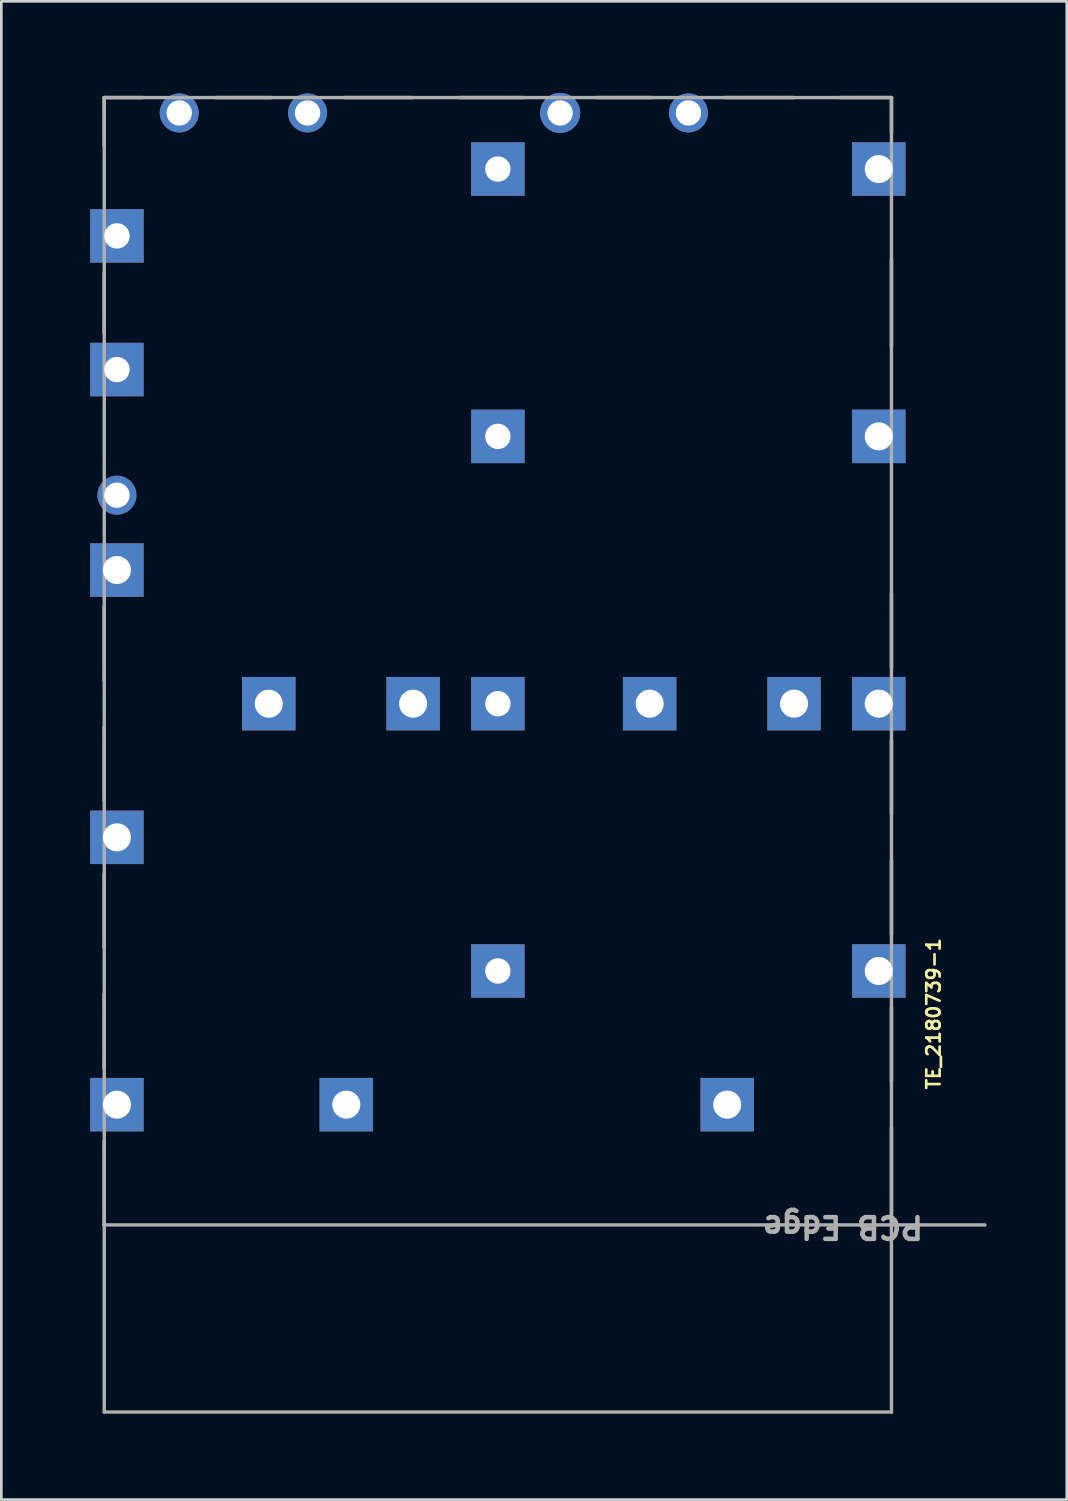
<source format=kicad_pcb>
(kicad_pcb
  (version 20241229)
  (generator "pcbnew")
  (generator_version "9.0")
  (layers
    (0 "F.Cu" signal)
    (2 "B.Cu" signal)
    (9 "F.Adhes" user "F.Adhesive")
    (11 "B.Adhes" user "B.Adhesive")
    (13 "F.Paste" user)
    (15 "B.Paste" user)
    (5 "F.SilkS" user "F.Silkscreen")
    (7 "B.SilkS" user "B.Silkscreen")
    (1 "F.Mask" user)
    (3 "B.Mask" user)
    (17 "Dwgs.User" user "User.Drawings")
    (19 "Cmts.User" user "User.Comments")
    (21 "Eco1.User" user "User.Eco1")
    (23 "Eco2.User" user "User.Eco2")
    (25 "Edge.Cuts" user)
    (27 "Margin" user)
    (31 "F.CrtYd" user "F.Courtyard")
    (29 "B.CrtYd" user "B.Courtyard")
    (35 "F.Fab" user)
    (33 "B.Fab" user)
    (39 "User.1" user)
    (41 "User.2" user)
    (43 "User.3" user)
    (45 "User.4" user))
  (footprint "TE_2180739-1"
    (layer "F.Cu")
    (at 15.575 7.375)
    (property "Reference" "TE_2180739-1" (at 16.3 27.5 90) (unlocked yes) (layer "F.SilkS") (effects (font (size 0.5 0.5) (thickness 0.1))))
    (fp_poly (pts (xy -1.1 13.8) (xy -13.15 13.8) (xy -13.15 11.8) (xy -1.1 11.8)) (stroke (width 0) (type default)) (fill yes) (layer "F.Mask"))
    (fp_poly (pts (xy 13.15 13.8) (xy 1.1 13.8) (xy 1.1 11.8) (xy 13.15 11.8)) (stroke (width 0) (type default)) (fill yes) (layer "F.Mask"))
    (fp_line (start -14.725 -6.775) (end -14.725 -4.97) (stroke (width 0.127) (type solid)) (layer "F.SilkS"))
    (fp_line (start -14.725 2.03) (end -14.725 -0.23) (stroke (width 0.127) (type solid)) (layer "F.SilkS"))
    (fp_line (start -14.725 15.03) (end -14.725 12.27) (stroke (width 0.127) (type solid)) (layer "F.SilkS"))
    (fp_line (start -14.725 16.77) (end -14.725 19.53) (stroke (width 0.127) (type solid)) (layer "F.SilkS"))
    (fp_line (start -14.725 25.03) (end -14.725 22.27) (stroke (width 0.127) (type solid)) (layer "F.SilkS"))
    (fp_line (start -14.725 26.77) (end -14.725 29.53) (stroke (width 0.127) (type solid)) (layer "F.SilkS"))
    (fp_line (start -14.725 35.4) (end -14.725 32.27) (stroke (width 0.127) (type solid)) (layer "F.SilkS"))
    (fp_line (start -13.29 -6.775) (end -14.725 -6.775) (stroke (width 0.127) (type solid)) (layer "F.SilkS"))
    (fp_line (start -8.49 -6.775) (end -10.55 -6.775) (stroke (width 0.127) (type solid)) (layer "F.SilkS"))
    (fp_line (start -3.19 -6.775) (end -5.75 -6.775) (stroke (width 0.127) (type solid)) (layer "F.SilkS"))
    (fp_line (start 0.96 -6.775) (end -1.45 -6.775) (stroke (width 0.127) (type solid)) (layer "F.SilkS"))
    (fp_line (start 5.76 -6.775) (end 3.7 -6.775) (stroke (width 0.127) (type solid)) (layer "F.SilkS"))
    (fp_line (start 11.06 -6.775) (end 8.5 -6.775) (stroke (width 0.127) (type solid)) (layer "F.SilkS"))
    (fp_line (start 14.725 -6.775) (end 12.8 -6.775) (stroke (width 0.127) (type solid)) (layer "F.SilkS"))
    (fp_line (start 14.725 -5.47) (end 14.725 -6.775) (stroke (width 0.127) (type solid)) (layer "F.SilkS"))
    (fp_line (start 14.725 2.53) (end 14.725 -0.73) (stroke (width 0.127) (type solid)) (layer "F.SilkS"))
    (fp_line (start 14.725 14.53) (end 14.725 11.77) (stroke (width 0.127) (type solid)) (layer "F.SilkS"))
    (fp_line (start 14.725 20.03) (end 14.725 17.27) (stroke (width 0.127) (type solid)) (layer "F.SilkS"))
    (fp_line (start 14.725 24.53) (end 14.725 21.77) (stroke (width 0.127) (type solid)) (layer "F.SilkS"))
    (fp_line (start 14.725 30.03) (end 14.725 27.27) (stroke (width 0.127) (type solid)) (layer "F.SilkS"))
    (fp_line (start 14.725 35.4) (end 14.725 31.77) (stroke (width 0.127) (type solid)) (layer "F.SilkS"))
    (fp_line (start -15.55 42.65) (end -15.55 -7.35) (stroke (width 0.05) (type solid)) (layer "Eco1.User"))
    (fp_line (start -11.17 -3.1) (end -11.17 -5.1) (stroke (width 0.01) (type solid)) (layer "Eco1.User"))
    (fp_line (start -10.92 -4.1) (end -10.92 -5.1) (stroke (width 0.01) (type solid)) (layer "Eco1.User"))
    (fp_line (start -10.92 -3.1) (end -10.92 -4.1) (stroke (width 0.01) (type solid)) (layer "Eco1.User"))
    (fp_line (start -10.77 5.1) (end -10.77 3.1) (stroke (width 0.01) (type solid)) (layer "Eco1.User"))
    (fp_line (start -10.67 -5.1) (end -11.17 -5.1) (stroke (width 0.01) (type solid)) (layer "Eco1.User"))
    (fp_line (start -10.67 -5.1) (end -11.17 -5.1) (stroke (width 0.01) (type solid)) (layer "Eco1.User"))
    (fp_line (start -10.67 -5.1) (end -11.17 -3.1) (stroke (width 0.01) (type solid)) (layer "Eco1.User"))
    (fp_line (start -10.67 -4.1) (end -11.17 -4.1) (stroke (width 0.01) (type solid)) (layer "Eco1.User"))
    (fp_line (start -10.67 -3.1) (end -11.17 -5.1) (stroke (width 0.01) (type solid)) (layer "Eco1.User"))
    (fp_line (start -10.67 -3.1) (end -11.17 -3.1) (stroke (width 0.01) (type solid)) (layer "Eco1.User"))
    (fp_line (start -10.67 -3.1) (end -10.67 -5.1) (stroke (width 0.01) (type solid)) (layer "Eco1.User"))
    (fp_line (start -10.67 -3.1) (end -10.67 -5.1) (stroke (width 0.01) (type solid)) (layer "Eco1.User"))
    (fp_line (start -10.52 4.1) (end -10.52 3.1) (stroke (width 0.01) (type solid)) (layer "Eco1.User"))
    (fp_line (start -10.52 5.1) (end -10.52 4.1) (stroke (width 0.01) (type solid)) (layer "Eco1.User"))
    (fp_line (start -10.37 -3.1) (end -10.37 -5.1) (stroke (width 0.01) (type solid)) (layer "Eco1.User"))
    (fp_line (start -10.27 3.1) (end -10.77 3.1) (stroke (width 0.01) (type solid)) (layer "Eco1.User"))
    (fp_line (start -10.27 3.1) (end -10.77 3.1) (stroke (width 0.01) (type solid)) (layer "Eco1.User"))
    (fp_line (start -10.27 3.1) (end -10.77 5.1) (stroke (width 0.01) (type solid)) (layer "Eco1.User"))
    (fp_line (start -10.27 4.1) (end -10.77 4.1) (stroke (width 0.01) (type solid)) (layer "Eco1.User"))
    (fp_line (start -10.27 5.1) (end -10.77 3.1) (stroke (width 0.01) (type solid)) (layer "Eco1.User"))
    (fp_line (start -10.27 5.1) (end -10.77 5.1) (stroke (width 0.01) (type solid)) (layer "Eco1.User"))
    (fp_line (start -10.27 5.1) (end -10.27 3.1) (stroke (width 0.01) (type solid)) (layer "Eco1.User"))
    (fp_line (start -10.27 5.1) (end -10.27 3.1) (stroke (width 0.01) (type solid)) (layer "Eco1.User"))
    (fp_line (start -10.12 -4.1) (end -10.12 -5.1) (stroke (width 0.01) (type solid)) (layer "Eco1.User"))
    (fp_line (start -10.12 -3.1) (end -10.12 -4.1) (stroke (width 0.01) (type solid)) (layer "Eco1.User"))
    (fp_line (start -9.97 5.1) (end -9.97 3.1) (stroke (width 0.01) (type solid)) (layer "Eco1.User"))
    (fp_line (start -9.87 -5.1) (end -10.37 -5.1) (stroke (width 0.01) (type solid)) (layer "Eco1.User"))
    (fp_line (start -9.87 -5.1) (end -10.37 -5.1) (stroke (width 0.01) (type solid)) (layer "Eco1.User"))
    (fp_line (start -9.87 -5.1) (end -10.37 -3.1) (stroke (width 0.01) (type solid)) (layer "Eco1.User"))
    (fp_line (start -9.87 -4.1) (end -10.37 -4.1) (stroke (width 0.01) (type solid)) (layer "Eco1.User"))
    (fp_line (start -9.87 -3.1) (end -10.37 -5.1) (stroke (width 0.01) (type solid)) (layer "Eco1.User"))
    (fp_line (start -9.87 -3.1) (end -10.37 -3.1) (stroke (width 0.01) (type solid)) (layer "Eco1.User"))
    (fp_line (start -9.87 -3.1) (end -9.87 -5.1) (stroke (width 0.01) (type solid)) (layer "Eco1.User"))
    (fp_line (start -9.87 -3.1) (end -9.87 -5.1) (stroke (width 0.01) (type solid)) (layer "Eco1.User"))
    (fp_line (start -9.72 4.1) (end -9.72 3.1) (stroke (width 0.01) (type solid)) (layer "Eco1.User"))
    (fp_line (start -9.72 5.1) (end -9.72 4.1) (stroke (width 0.01) (type solid)) (layer "Eco1.User"))
    (fp_line (start -9.57 -3.1) (end -9.57 -5.1) (stroke (width 0.01) (type solid)) (layer "Eco1.User"))
    (fp_line (start -9.47 3.1) (end -9.97 3.1) (stroke (width 0.01) (type solid)) (layer "Eco1.User"))
    (fp_line (start -9.47 3.1) (end -9.97 3.1) (stroke (width 0.01) (type solid)) (layer "Eco1.User"))
    (fp_line (start -9.47 3.1) (end -9.97 5.1) (stroke (width 0.01) (type solid)) (layer "Eco1.User"))
    (fp_line (start -9.47 4.1) (end -9.97 4.1) (stroke (width 0.01) (type solid)) (layer "Eco1.User"))
    (fp_line (start -9.47 5.1) (end -9.97 3.1) (stroke (width 0.01) (type solid)) (layer "Eco1.User"))
    (fp_line (start -9.47 5.1) (end -9.97 5.1) (stroke (width 0.01) (type solid)) (layer "Eco1.User"))
    (fp_line (start -9.47 5.1) (end -9.47 3.1) (stroke (width 0.01) (type solid)) (layer "Eco1.User"))
    (fp_line (start -9.47 5.1) (end -9.47 3.1) (stroke (width 0.01) (type solid)) (layer "Eco1.User"))
    (fp_line (start -9.32 -4.1) (end -9.32 -5.1) (stroke (width 0.01) (type solid)) (layer "Eco1.User"))
    (fp_line (start -9.32 -3.1) (end -9.32 -4.1) (stroke (width 0.01) (type solid)) (layer "Eco1.User"))
    (fp_line (start -9.17 5.1) (end -9.17 3.1) (stroke (width 0.01) (type solid)) (layer "Eco1.User"))
    (fp_line (start -9.07 -5.1) (end -9.57 -5.1) (stroke (width 0.01) (type solid)) (layer "Eco1.User"))
    (fp_line (start -9.07 -5.1) (end -9.57 -5.1) (stroke (width 0.01) (type solid)) (layer "Eco1.User"))
    (fp_line (start -9.07 -5.1) (end -9.57 -3.1) (stroke (width 0.01) (type solid)) (layer "Eco1.User"))
    (fp_line (start -9.07 -4.1) (end -9.57 -4.1) (stroke (width 0.01) (type solid)) (layer "Eco1.User"))
    (fp_line (start -9.07 -3.1) (end -9.57 -5.1) (stroke (width 0.01) (type solid)) (layer "Eco1.User"))
    (fp_line (start -9.07 -3.1) (end -9.57 -3.1) (stroke (width 0.01) (type solid)) (layer "Eco1.User"))
    (fp_line (start -9.07 -3.1) (end -9.07 -5.1) (stroke (width 0.01) (type solid)) (layer "Eco1.User"))
    (fp_line (start -9.07 -3.1) (end -9.07 -5.1) (stroke (width 0.01) (type solid)) (layer "Eco1.User"))
    (fp_line (start -8.92 4.1) (end -8.92 3.1) (stroke (width 0.01) (type solid)) (layer "Eco1.User"))
    (fp_line (start -8.92 4.1) (end -8.92 5.1) (stroke (width 0.01) (type solid)) (layer "Eco1.User"))
    (fp_line (start -8.77 -3.1) (end -8.77 -5.1) (stroke (width 0.01) (type solid)) (layer "Eco1.User"))
    (fp_line (start -8.67 3.1) (end -9.17 3.1) (stroke (width 0.01) (type solid)) (layer "Eco1.User"))
    (fp_line (start -8.67 3.1) (end -9.17 3.1) (stroke (width 0.01) (type solid)) (layer "Eco1.User"))
    (fp_line (start -8.67 3.1) (end -9.17 5.1) (stroke (width 0.01) (type solid)) (layer "Eco1.User"))
    (fp_line (start -8.67 4.1) (end -9.17 4.1) (stroke (width 0.01) (type solid)) (layer "Eco1.User"))
    (fp_line (start -8.67 5.1) (end -9.17 3.1) (stroke (width 0.01) (type solid)) (layer "Eco1.User"))
    (fp_line (start -8.67 5.1) (end -9.17 5.1) (stroke (width 0.01) (type solid)) (layer "Eco1.User"))
    (fp_line (start -8.67 5.1) (end -8.67 3.1) (stroke (width 0.01) (type solid)) (layer "Eco1.User"))
    (fp_line (start -8.67 5.1) (end -8.67 3.1) (stroke (width 0.01) (type solid)) (layer "Eco1.User"))
    (fp_line (start -8.52 -4.1) (end -8.52 -5.1) (stroke (width 0.01) (type solid)) (layer "Eco1.User"))
    (fp_line (start -8.52 -3.1) (end -8.52 -4.1) (stroke (width 0.01) (type solid)) (layer "Eco1.User"))
    (fp_line (start -8.37 3.1) (end -8.37 5.1) (stroke (width 0.01) (type solid)) (layer "Eco1.User"))
    (fp_line (start -8.27 -5.1) (end -8.77 -5.1) (stroke (width 0.01) (type solid)) (layer "Eco1.User"))
    (fp_line (start -8.27 -5.1) (end -8.77 -5.1) (stroke (width 0.01) (type solid)) (layer "Eco1.User"))
    (fp_line (start -8.27 -5.1) (end -8.77 -3.1) (stroke (width 0.01) (type solid)) (layer "Eco1.User"))
    (fp_line (start -8.27 -4.1) (end -8.77 -4.1) (stroke (width 0.01) (type solid)) (layer "Eco1.User"))
    (fp_line (start -8.27 -3.1) (end -8.77 -5.1) (stroke (width 0.01) (type solid)) (layer "Eco1.User"))
    (fp_line (start -8.27 -3.1) (end -8.77 -3.1) (stroke (width 0.01) (type solid)) (layer "Eco1.User"))
    (fp_line (start -8.27 -3.1) (end -8.27 -5.1) (stroke (width 0.01) (type solid)) (layer "Eco1.User"))
    (fp_line (start -8.27 -3.1) (end -8.27 -5.1) (stroke (width 0.01) (type solid)) (layer "Eco1.User"))
    (fp_line (start -8.12 3.1) (end -8.12 4.1) (stroke (width 0.01) (type solid)) (layer "Eco1.User"))
    (fp_line (start -8.12 5.1) (end -8.12 4.1) (stroke (width 0.01) (type solid)) (layer "Eco1.User"))
    (fp_line (start -7.97 -3.1) (end -7.97 -5.1) (stroke (width 0.01) (type solid)) (layer "Eco1.User"))
    (fp_line (start -7.87 3.1) (end -8.37 3.1) (stroke (width 0.01) (type solid)) (layer "Eco1.User"))
    (fp_line (start -7.87 3.1) (end -8.37 3.1) (stroke (width 0.01) (type solid)) (layer "Eco1.User"))
    (fp_line (start -7.87 3.1) (end -8.37 5.1) (stroke (width 0.01) (type solid)) (layer "Eco1.User"))
    (fp_line (start -7.87 4.1) (end -8.37 4.1) (stroke (width 0.01) (type solid)) (layer "Eco1.User"))
    (fp_line (start -7.87 5.1) (end -8.37 3.1) (stroke (width 0.01) (type solid)) (layer "Eco1.User"))
    (fp_line (start -7.87 5.1) (end -8.37 5.1) (stroke (width 0.01) (type solid)) (layer "Eco1.User"))
    (fp_line (start -7.87 5.1) (end -7.87 3.1) (stroke (width 0.01) (type solid)) (layer "Eco1.User"))
    (fp_line (start -7.87 5.1) (end -7.87 3.1) (stroke (width 0.01) (type solid)) (layer "Eco1.User"))
    (fp_line (start -7.72 -4.1) (end -7.72 -5.1) (stroke (width 0.01) (type solid)) (layer "Eco1.User"))
    (fp_line (start -7.72 -3.1) (end -7.72 -4.1) (stroke (width 0.01) (type solid)) (layer "Eco1.User"))
    (fp_line (start -7.57 5.1) (end -7.57 3.1) (stroke (width 0.01) (type solid)) (layer "Eco1.User"))
    (fp_line (start -7.47 -5.1) (end -7.97 -5.1) (stroke (width 0.01) (type solid)) (layer "Eco1.User"))
    (fp_line (start -7.47 -5.1) (end -7.97 -5.1) (stroke (width 0.01) (type solid)) (layer "Eco1.User"))
    (fp_line (start -7.47 -5.1) (end -7.97 -3.1) (stroke (width 0.01) (type solid)) (layer "Eco1.User"))
    (fp_line (start -7.47 -4.1) (end -7.97 -4.1) (stroke (width 0.01) (type solid)) (layer "Eco1.User"))
    (fp_line (start -7.47 -3.1) (end -7.97 -5.1) (stroke (width 0.01) (type solid)) (layer "Eco1.User"))
    (fp_line (start -7.47 -3.1) (end -7.97 -3.1) (stroke (width 0.01) (type solid)) (layer "Eco1.User"))
    (fp_line (start -7.47 -3.1) (end -7.47 -5.1) (stroke (width 0.01) (type solid)) (layer "Eco1.User"))
    (fp_line (start -7.47 -3.1) (end -7.47 -5.1) (stroke (width 0.01) (type solid)) (layer "Eco1.User"))
    (fp_line (start -7.32 4.1) (end -7.32 3.1) (stroke (width 0.01) (type solid)) (layer "Eco1.User"))
    (fp_line (start -7.32 5.1) (end -7.32 4.1) (stroke (width 0.01) (type solid)) (layer "Eco1.User"))
    (fp_line (start -7.17 -3.1) (end -7.17 -5.1) (stroke (width 0.01) (type solid)) (layer "Eco1.User"))
    (fp_line (start -7.07 3.1) (end -7.57 3.1) (stroke (width 0.01) (type solid)) (layer "Eco1.User"))
    (fp_line (start -7.07 3.1) (end -7.57 3.1) (stroke (width 0.01) (type solid)) (layer "Eco1.User"))
    (fp_line (start -7.07 3.1) (end -7.57 5.1) (stroke (width 0.01) (type solid)) (layer "Eco1.User"))
    (fp_line (start -7.07 4.1) (end -7.57 4.1) (stroke (width 0.01) (type solid)) (layer "Eco1.User"))
    (fp_line (start -7.07 5.1) (end -7.57 3.1) (stroke (width 0.01) (type solid)) (layer "Eco1.User"))
    (fp_line (start -7.07 5.1) (end -7.57 5.1) (stroke (width 0.01) (type solid)) (layer "Eco1.User"))
    (fp_line (start -7.07 5.1) (end -7.07 3.1) (stroke (width 0.01) (type solid)) (layer "Eco1.User"))
    (fp_line (start -7.07 5.1) (end -7.07 3.1) (stroke (width 0.01) (type solid)) (layer "Eco1.User"))
    (fp_line (start -6.92 -4.1) (end -6.92 -5.1) (stroke (width 0.01) (type solid)) (layer "Eco1.User"))
    (fp_line (start -6.92 -3.1) (end -6.92 -4.1) (stroke (width 0.01) (type solid)) (layer "Eco1.User"))
    (fp_line (start -6.77 5.1) (end -6.77 3.1) (stroke (width 0.01) (type solid)) (layer "Eco1.User"))
    (fp_line (start -6.67 -5.1) (end -7.17 -5.1) (stroke (width 0.01) (type solid)) (layer "Eco1.User"))
    (fp_line (start -6.67 -5.1) (end -7.17 -5.1) (stroke (width 0.01) (type solid)) (layer "Eco1.User"))
    (fp_line (start -6.67 -5.1) (end -7.17 -3.1) (stroke (width 0.01) (type solid)) (layer "Eco1.User"))
    (fp_line (start -6.67 -4.1) (end -7.17 -4.1) (stroke (width 0.01) (type solid)) (layer "Eco1.User"))
    (fp_line (start -6.67 -3.1) (end -7.17 -5.1) (stroke (width 0.01) (type solid)) (layer "Eco1.User"))
    (fp_line (start -6.67 -3.1) (end -7.17 -3.1) (stroke (width 0.01) (type solid)) (layer "Eco1.User"))
    (fp_line (start -6.67 -3.1) (end -6.67 -5.1) (stroke (width 0.01) (type solid)) (layer "Eco1.User"))
    (fp_line (start -6.67 -3.1) (end -6.67 -5.1) (stroke (width 0.01) (type solid)) (layer "Eco1.User"))
    (fp_line (start -6.52 4.1) (end -6.52 3.1) (stroke (width 0.01) (type solid)) (layer "Eco1.User"))
    (fp_line (start -6.52 5.1) (end -6.52 4.1) (stroke (width 0.01) (type solid)) (layer "Eco1.User"))
    (fp_line (start -6.37 -3.1) (end -6.37 -5.1) (stroke (width 0.01) (type solid)) (layer "Eco1.User"))
    (fp_line (start -6.27 3.1) (end -6.77 3.1) (stroke (width 0.01) (type solid)) (layer "Eco1.User"))
    (fp_line (start -6.27 3.1) (end -6.77 3.1) (stroke (width 0.01) (type solid)) (layer "Eco1.User"))
    (fp_line (start -6.27 3.1) (end -6.77 5.1) (stroke (width 0.01) (type solid)) (layer "Eco1.User"))
    (fp_line (start -6.27 4.1) (end -6.77 4.1) (stroke (width 0.01) (type solid)) (layer "Eco1.User"))
    (fp_line (start -6.27 5.1) (end -6.77 3.1) (stroke (width 0.01) (type solid)) (layer "Eco1.User"))
    (fp_line (start -6.27 5.1) (end -6.77 5.1) (stroke (width 0.01) (type solid)) (layer "Eco1.User"))
    (fp_line (start -6.27 5.1) (end -6.27 3.1) (stroke (width 0.01) (type solid)) (layer "Eco1.User"))
    (fp_line (start -6.27 5.1) (end -6.27 3.1) (stroke (width 0.01) (type solid)) (layer "Eco1.User"))
    (fp_line (start -6.12 -4.1) (end -6.12 -5.1) (stroke (width 0.01) (type solid)) (layer "Eco1.User"))
    (fp_line (start -6.12 -4.1) (end -6.12 -3.1) (stroke (width 0.01) (type solid)) (layer "Eco1.User"))
    (fp_line (start -5.97 3.1) (end -5.97 5.1) (stroke (width 0.01) (type solid)) (layer "Eco1.User"))
    (fp_line (start -5.87 -5.1) (end -6.37 -5.1) (stroke (width 0.01) (type solid)) (layer "Eco1.User"))
    (fp_line (start -5.87 -5.1) (end -6.37 -5.1) (stroke (width 0.01) (type solid)) (layer "Eco1.User"))
    (fp_line (start -5.87 -5.1) (end -6.37 -3.1) (stroke (width 0.01) (type solid)) (layer "Eco1.User"))
    (fp_line (start -5.87 -5.1) (end -5.87 -3.1) (stroke (width 0.01) (type solid)) (layer "Eco1.User"))
    (fp_line (start -5.87 -5.1) (end -5.87 -3.1) (stroke (width 0.01) (type solid)) (layer "Eco1.User"))
    (fp_line (start -5.87 -4.1) (end -6.37 -4.1) (stroke (width 0.01) (type solid)) (layer "Eco1.User"))
    (fp_line (start -5.87 -3.1) (end -6.37 -5.1) (stroke (width 0.01) (type solid)) (layer "Eco1.User"))
    (fp_line (start -5.87 -3.1) (end -6.37 -3.1) (stroke (width 0.01) (type solid)) (layer "Eco1.User"))
    (fp_line (start -5.72 3.1) (end -5.72 4.1) (stroke (width 0.01) (type solid)) (layer "Eco1.User"))
    (fp_line (start -5.72 5.1) (end -5.72 4.1) (stroke (width 0.01) (type solid)) (layer "Eco1.User"))
    (fp_line (start -5.57 -3.1) (end -5.57 -5.1) (stroke (width 0.01) (type solid)) (layer "Eco1.User"))
    (fp_line (start -5.47 3.1) (end -5.97 3.1) (stroke (width 0.01) (type solid)) (layer "Eco1.User"))
    (fp_line (start -5.47 3.1) (end -5.97 3.1) (stroke (width 0.01) (type solid)) (layer "Eco1.User"))
    (fp_line (start -5.47 3.1) (end -5.97 5.1) (stroke (width 0.01) (type solid)) (layer "Eco1.User"))
    (fp_line (start -5.47 3.1) (end -5.47 5.1) (stroke (width 0.01) (type solid)) (layer "Eco1.User"))
    (fp_line (start -5.47 3.1) (end -5.47 5.1) (stroke (width 0.01) (type solid)) (layer "Eco1.User"))
    (fp_line (start -5.47 4.1) (end -5.97 4.1) (stroke (width 0.01) (type solid)) (layer "Eco1.User"))
    (fp_line (start -5.47 5.1) (end -5.97 3.1) (stroke (width 0.01) (type solid)) (layer "Eco1.User"))
    (fp_line (start -5.47 5.1) (end -5.97 5.1) (stroke (width 0.01) (type solid)) (layer "Eco1.User"))
    (fp_line (start -5.32 -4.1) (end -5.32 -5.1) (stroke (width 0.01) (type solid)) (layer "Eco1.User"))
    (fp_line (start -5.32 -3.1) (end -5.32 -4.1) (stroke (width 0.01) (type solid)) (layer "Eco1.User"))
    (fp_line (start -5.17 5.1) (end -5.17 3.1) (stroke (width 0.01) (type solid)) (layer "Eco1.User"))
    (fp_line (start -5.07 -5.1) (end -5.57 -5.1) (stroke (width 0.01) (type solid)) (layer "Eco1.User"))
    (fp_line (start -5.07 -5.1) (end -5.57 -5.1) (stroke (width 0.01) (type solid)) (layer "Eco1.User"))
    (fp_line (start -5.07 -5.1) (end -5.57 -3.1) (stroke (width 0.01) (type solid)) (layer "Eco1.User"))
    (fp_line (start -5.07 -4.1) (end -5.57 -4.1) (stroke (width 0.01) (type solid)) (layer "Eco1.User"))
    (fp_line (start -5.07 -3.1) (end -5.57 -5.1) (stroke (width 0.01) (type solid)) (layer "Eco1.User"))
    (fp_line (start -5.07 -3.1) (end -5.57 -3.1) (stroke (width 0.01) (type solid)) (layer "Eco1.User"))
    (fp_line (start -5.07 -3.1) (end -5.07 -5.1) (stroke (width 0.01) (type solid)) (layer "Eco1.User"))
    (fp_line (start -5.07 -3.1) (end -5.07 -5.1) (stroke (width 0.01) (type solid)) (layer "Eco1.User"))
    (fp_line (start -4.92 4.1) (end -4.92 3.1) (stroke (width 0.01) (type solid)) (layer "Eco1.User"))
    (fp_line (start -4.92 5.1) (end -4.92 4.1) (stroke (width 0.01) (type solid)) (layer "Eco1.User"))
    (fp_line (start -4.77 -3.1) (end -4.77 -5.1) (stroke (width 0.01) (type solid)) (layer "Eco1.User"))
    (fp_line (start -4.67 3.1) (end -5.17 3.1) (stroke (width 0.01) (type solid)) (layer "Eco1.User"))
    (fp_line (start -4.67 3.1) (end -5.17 3.1) (stroke (width 0.01) (type solid)) (layer "Eco1.User"))
    (fp_line (start -4.67 3.1) (end -5.17 5.1) (stroke (width 0.01) (type solid)) (layer "Eco1.User"))
    (fp_line (start -4.67 4.1) (end -5.17 4.1) (stroke (width 0.01) (type solid)) (layer "Eco1.User"))
    (fp_line (start -4.67 5.1) (end -5.17 3.1) (stroke (width 0.01) (type solid)) (layer "Eco1.User"))
    (fp_line (start -4.67 5.1) (end -5.17 5.1) (stroke (width 0.01) (type solid)) (layer "Eco1.User"))
    (fp_line (start -4.67 5.1) (end -4.67 3.1) (stroke (width 0.01) (type solid)) (layer "Eco1.User"))
    (fp_line (start -4.67 5.1) (end -4.67 3.1) (stroke (width 0.01) (type solid)) (layer "Eco1.User"))
    (fp_line (start -4.52 -4.1) (end -4.52 -5.1) (stroke (width 0.01) (type solid)) (layer "Eco1.User"))
    (fp_line (start -4.52 -3.1) (end -4.52 -4.1) (stroke (width 0.01) (type solid)) (layer "Eco1.User"))
    (fp_line (start -4.37 5.1) (end -4.37 3.1) (stroke (width 0.01) (type solid)) (layer "Eco1.User"))
    (fp_line (start -4.27 -5.1) (end -4.77 -5.1) (stroke (width 0.01) (type solid)) (layer "Eco1.User"))
    (fp_line (start -4.27 -5.1) (end -4.77 -5.1) (stroke (width 0.01) (type solid)) (layer "Eco1.User"))
    (fp_line (start -4.27 -5.1) (end -4.77 -3.1) (stroke (width 0.01) (type solid)) (layer "Eco1.User"))
    (fp_line (start -4.27 -4.1) (end -4.77 -4.1) (stroke (width 0.01) (type solid)) (layer "Eco1.User"))
    (fp_line (start -4.27 -3.1) (end -4.77 -5.1) (stroke (width 0.01) (type solid)) (layer "Eco1.User"))
    (fp_line (start -4.27 -3.1) (end -4.77 -3.1) (stroke (width 0.01) (type solid)) (layer "Eco1.User"))
    (fp_line (start -4.27 -3.1) (end -4.27 -5.1) (stroke (width 0.01) (type solid)) (layer "Eco1.User"))
    (fp_line (start -4.27 -3.1) (end -4.27 -5.1) (stroke (width 0.01) (type solid)) (layer "Eco1.User"))
    (fp_line (start -4.12 4.1) (end -4.12 3.1) (stroke (width 0.01) (type solid)) (layer "Eco1.User"))
    (fp_line (start -4.12 5.1) (end -4.12 4.1) (stroke (width 0.01) (type solid)) (layer "Eco1.User"))
    (fp_line (start -3.97 -3.1) (end -3.97 -5.1) (stroke (width 0.01) (type solid)) (layer "Eco1.User"))
    (fp_line (start -3.87 3.1) (end -4.37 3.1) (stroke (width 0.01) (type solid)) (layer "Eco1.User"))
    (fp_line (start -3.87 3.1) (end -4.37 3.1) (stroke (width 0.01) (type solid)) (layer "Eco1.User"))
    (fp_line (start -3.87 3.1) (end -4.37 5.1) (stroke (width 0.01) (type solid)) (layer "Eco1.User"))
    (fp_line (start -3.87 4.1) (end -4.37 4.1) (stroke (width 0.01) (type solid)) (layer "Eco1.User"))
    (fp_line (start -3.87 5.1) (end -4.37 3.1) (stroke (width 0.01) (type solid)) (layer "Eco1.User"))
    (fp_line (start -3.87 5.1) (end -4.37 5.1) (stroke (width 0.01) (type solid)) (layer "Eco1.User"))
    (fp_line (start -3.87 5.1) (end -3.87 3.1) (stroke (width 0.01) (type solid)) (layer "Eco1.User"))
    (fp_line (start -3.87 5.1) (end -3.87 3.1) (stroke (width 0.01) (type solid)) (layer "Eco1.User"))
    (fp_line (start -3.72 -4.1) (end -3.72 -5.1) (stroke (width 0.01) (type solid)) (layer "Eco1.User"))
    (fp_line (start -3.72 -3.1) (end -3.72 -4.1) (stroke (width 0.01) (type solid)) (layer "Eco1.User"))
    (fp_line (start -3.57 5.1) (end -3.57 3.1) (stroke (width 0.01) (type solid)) (layer "Eco1.User"))
    (fp_line (start -3.47 -5.1) (end -3.97 -5.1) (stroke (width 0.01) (type solid)) (layer "Eco1.User"))
    (fp_line (start -3.47 -5.1) (end -3.97 -5.1) (stroke (width 0.01) (type solid)) (layer "Eco1.User"))
    (fp_line (start -3.47 -5.1) (end -3.97 -3.1) (stroke (width 0.01) (type solid)) (layer "Eco1.User"))
    (fp_line (start -3.47 -4.1) (end -3.97 -4.1) (stroke (width 0.01) (type solid)) (layer "Eco1.User"))
    (fp_line (start -3.47 -3.1) (end -3.97 -5.1) (stroke (width 0.01) (type solid)) (layer "Eco1.User"))
    (fp_line (start -3.47 -3.1) (end -3.97 -3.1) (stroke (width 0.01) (type solid)) (layer "Eco1.User"))
    (fp_line (start -3.47 -3.1) (end -3.47 -5.1) (stroke (width 0.01) (type solid)) (layer "Eco1.User"))
    (fp_line (start -3.47 -3.1) (end -3.47 -5.1) (stroke (width 0.01) (type solid)) (layer "Eco1.User"))
    (fp_line (start -3.32 4.1) (end -3.32 3.1) (stroke (width 0.01) (type solid)) (layer "Eco1.User"))
    (fp_line (start -3.32 5.1) (end -3.32 4.1) (stroke (width 0.01) (type solid)) (layer "Eco1.User"))
    (fp_line (start -3.07 3.1) (end -3.57 3.1) (stroke (width 0.01) (type solid)) (layer "Eco1.User"))
    (fp_line (start -3.07 3.1) (end -3.57 3.1) (stroke (width 0.01) (type solid)) (layer "Eco1.User"))
    (fp_line (start -3.07 3.1) (end -3.57 5.1) (stroke (width 0.01) (type solid)) (layer "Eco1.User"))
    (fp_line (start -3.07 4.1) (end -3.57 4.1) (stroke (width 0.01) (type solid)) (layer "Eco1.User"))
    (fp_line (start -3.07 5.1) (end -3.57 3.1) (stroke (width 0.01) (type solid)) (layer "Eco1.User"))
    (fp_line (start -3.07 5.1) (end -3.57 5.1) (stroke (width 0.01) (type solid)) (layer "Eco1.User"))
    (fp_line (start -3.07 5.1) (end -3.07 3.1) (stroke (width 0.01) (type solid)) (layer "Eco1.User"))
    (fp_line (start -3.07 5.1) (end -3.07 3.1) (stroke (width 0.01) (type solid)) (layer "Eco1.User"))
    (fp_line (start 3.08 -3.1) (end 3.08 -5.1) (stroke (width 0.01) (type solid)) (layer "Eco1.User"))
    (fp_line (start 3.33 -4.1) (end 3.33 -5.1) (stroke (width 0.01) (type solid)) (layer "Eco1.User"))
    (fp_line (start 3.33 -4.1) (end 3.33 -3.1) (stroke (width 0.01) (type solid)) (layer "Eco1.User"))
    (fp_line (start 3.48 5.1) (end 3.48 3.1) (stroke (width 0.01) (type solid)) (layer "Eco1.User"))
    (fp_line (start 3.58 -5.1) (end 3.08 -5.1) (stroke (width 0.01) (type solid)) (layer "Eco1.User"))
    (fp_line (start 3.58 -5.1) (end 3.08 -5.1) (stroke (width 0.01) (type solid)) (layer "Eco1.User"))
    (fp_line (start 3.58 -5.1) (end 3.08 -3.1) (stroke (width 0.01) (type solid)) (layer "Eco1.User"))
    (fp_line (start 3.58 -4.1) (end 3.08 -4.1) (stroke (width 0.01) (type solid)) (layer "Eco1.User"))
    (fp_line (start 3.58 -3.1) (end 3.08 -5.1) (stroke (width 0.01) (type solid)) (layer "Eco1.User"))
    (fp_line (start 3.58 -3.1) (end 3.08 -3.1) (stroke (width 0.01) (type solid)) (layer "Eco1.User"))
    (fp_line (start 3.58 -3.1) (end 3.58 -5.1) (stroke (width 0.01) (type solid)) (layer "Eco1.User"))
    (fp_line (start 3.58 -3.1) (end 3.58 -5.1) (stroke (width 0.01) (type solid)) (layer "Eco1.User"))
    (fp_line (start 3.73 4.1) (end 3.73 3.1) (stroke (width 0.01) (type solid)) (layer "Eco1.User"))
    (fp_line (start 3.73 5.1) (end 3.73 4.1) (stroke (width 0.01) (type solid)) (layer "Eco1.User"))
    (fp_line (start 3.88 -3.1) (end 3.88 -5.1) (stroke (width 0.01) (type solid)) (layer "Eco1.User"))
    (fp_line (start 3.98 3.1) (end 3.48 3.1) (stroke (width 0.01) (type solid)) (layer "Eco1.User"))
    (fp_line (start 3.98 3.1) (end 3.48 3.1) (stroke (width 0.01) (type solid)) (layer "Eco1.User"))
    (fp_line (start 3.98 3.1) (end 3.48 5.1) (stroke (width 0.01) (type solid)) (layer "Eco1.User"))
    (fp_line (start 3.98 4.1) (end 3.48 4.1) (stroke (width 0.01) (type solid)) (layer "Eco1.User"))
    (fp_line (start 3.98 5.1) (end 3.48 3.1) (stroke (width 0.01) (type solid)) (layer "Eco1.User"))
    (fp_line (start 3.98 5.1) (end 3.48 5.1) (stroke (width 0.01) (type solid)) (layer "Eco1.User"))
    (fp_line (start 3.98 5.1) (end 3.98 3.1) (stroke (width 0.01) (type solid)) (layer "Eco1.User"))
    (fp_line (start 3.98 5.1) (end 3.98 3.1) (stroke (width 0.01) (type solid)) (layer "Eco1.User"))
    (fp_line (start 4.13 -4.1) (end 4.13 -5.1) (stroke (width 0.01) (type solid)) (layer "Eco1.User"))
    (fp_line (start 4.13 -3.1) (end 4.13 -4.1) (stroke (width 0.01) (type solid)) (layer "Eco1.User"))
    (fp_line (start 4.28 5.1) (end 4.28 3.1) (stroke (width 0.01) (type solid)) (layer "Eco1.User"))
    (fp_line (start 4.38 -5.1) (end 3.88 -5.1) (stroke (width 0.01) (type solid)) (layer "Eco1.User"))
    (fp_line (start 4.38 -5.1) (end 3.88 -5.1) (stroke (width 0.01) (type solid)) (layer "Eco1.User"))
    (fp_line (start 4.38 -5.1) (end 3.88 -3.1) (stroke (width 0.01) (type solid)) (layer "Eco1.User"))
    (fp_line (start 4.38 -4.1) (end 3.88 -4.1) (stroke (width 0.01) (type solid)) (layer "Eco1.User"))
    (fp_line (start 4.38 -3.1) (end 3.88 -5.1) (stroke (width 0.01) (type solid)) (layer "Eco1.User"))
    (fp_line (start 4.38 -3.1) (end 3.88 -3.1) (stroke (width 0.01) (type solid)) (layer "Eco1.User"))
    (fp_line (start 4.38 -3.1) (end 4.38 -5.1) (stroke (width 0.01) (type solid)) (layer "Eco1.User"))
    (fp_line (start 4.38 -3.1) (end 4.38 -5.1) (stroke (width 0.01) (type solid)) (layer "Eco1.User"))
    (fp_line (start 4.53 4.1) (end 4.53 3.1) (stroke (width 0.01) (type solid)) (layer "Eco1.User"))
    (fp_line (start 4.53 5.1) (end 4.53 4.1) (stroke (width 0.01) (type solid)) (layer "Eco1.User"))
    (fp_line (start 4.68 -3.1) (end 4.68 -5.1) (stroke (width 0.01) (type solid)) (layer "Eco1.User"))
    (fp_line (start 4.78 3.1) (end 4.28 3.1) (stroke (width 0.01) (type solid)) (layer "Eco1.User"))
    (fp_line (start 4.78 3.1) (end 4.28 3.1) (stroke (width 0.01) (type solid)) (layer "Eco1.User"))
    (fp_line (start 4.78 3.1) (end 4.28 5.1) (stroke (width 0.01) (type solid)) (layer "Eco1.User"))
    (fp_line (start 4.78 4.1) (end 4.28 4.1) (stroke (width 0.01) (type solid)) (layer "Eco1.User"))
    (fp_line (start 4.78 5.1) (end 4.28 3.1) (stroke (width 0.01) (type solid)) (layer "Eco1.User"))
    (fp_line (start 4.78 5.1) (end 4.28 5.1) (stroke (width 0.01) (type solid)) (layer "Eco1.User"))
    (fp_line (start 4.78 5.1) (end 4.78 3.1) (stroke (width 0.01) (type solid)) (layer "Eco1.User"))
    (fp_line (start 4.78 5.1) (end 4.78 3.1) (stroke (width 0.01) (type solid)) (layer "Eco1.User"))
    (fp_line (start 4.93 -4.1) (end 4.93 -5.1) (stroke (width 0.01) (type solid)) (layer "Eco1.User"))
    (fp_line (start 4.93 -3.1) (end 4.93 -4.1) (stroke (width 0.01) (type solid)) (layer "Eco1.User"))
    (fp_line (start 5.08 5.1) (end 5.08 3.1) (stroke (width 0.01) (type solid)) (layer "Eco1.User"))
    (fp_line (start 5.18 -5.1) (end 4.68 -5.1) (stroke (width 0.01) (type solid)) (layer "Eco1.User"))
    (fp_line (start 5.18 -5.1) (end 4.68 -5.1) (stroke (width 0.01) (type solid)) (layer "Eco1.User"))
    (fp_line (start 5.18 -5.1) (end 4.68 -3.1) (stroke (width 0.01) (type solid)) (layer "Eco1.User"))
    (fp_line (start 5.18 -4.1) (end 4.68 -4.1) (stroke (width 0.01) (type solid)) (layer "Eco1.User"))
    (fp_line (start 5.18 -3.1) (end 4.68 -5.1) (stroke (width 0.01) (type solid)) (layer "Eco1.User"))
    (fp_line (start 5.18 -3.1) (end 4.68 -3.1) (stroke (width 0.01) (type solid)) (layer "Eco1.User"))
    (fp_line (start 5.18 -3.1) (end 5.18 -5.1) (stroke (width 0.01) (type solid)) (layer "Eco1.User"))
    (fp_line (start 5.18 -3.1) (end 5.18 -5.1) (stroke (width 0.01) (type solid)) (layer "Eco1.User"))
    (fp_line (start 5.33 4.1) (end 5.33 3.1) (stroke (width 0.01) (type solid)) (layer "Eco1.User"))
    (fp_line (start 5.33 5.1) (end 5.33 4.1) (stroke (width 0.01) (type solid)) (layer "Eco1.User"))
    (fp_line (start 5.48 -3.1) (end 5.48 -5.1) (stroke (width 0.01) (type solid)) (layer "Eco1.User"))
    (fp_line (start 5.58 3.1) (end 5.08 3.1) (stroke (width 0.01) (type solid)) (layer "Eco1.User"))
    (fp_line (start 5.58 3.1) (end 5.08 3.1) (stroke (width 0.01) (type solid)) (layer "Eco1.User"))
    (fp_line (start 5.58 3.1) (end 5.08 5.1) (stroke (width 0.01) (type solid)) (layer "Eco1.User"))
    (fp_line (start 5.58 4.1) (end 5.08 4.1) (stroke (width 0.01) (type solid)) (layer "Eco1.User"))
    (fp_line (start 5.58 5.1) (end 5.08 3.1) (stroke (width 0.01) (type solid)) (layer "Eco1.User"))
    (fp_line (start 5.58 5.1) (end 5.08 5.1) (stroke (width 0.01) (type solid)) (layer "Eco1.User"))
    (fp_line (start 5.58 5.1) (end 5.58 3.1) (stroke (width 0.01) (type solid)) (layer "Eco1.User"))
    (fp_line (start 5.58 5.1) (end 5.58 3.1) (stroke (width 0.01) (type solid)) (layer "Eco1.User"))
    (fp_line (start 5.73 -4.1) (end 5.73 -5.1) (stroke (width 0.01) (type solid)) (layer "Eco1.User"))
    (fp_line (start 5.73 -3.1) (end 5.73 -4.1) (stroke (width 0.01) (type solid)) (layer "Eco1.User"))
    (fp_line (start 5.88 5.1) (end 5.88 3.1) (stroke (width 0.01) (type solid)) (layer "Eco1.User"))
    (fp_line (start 5.98 -5.1) (end 5.48 -5.1) (stroke (width 0.01) (type solid)) (layer "Eco1.User"))
    (fp_line (start 5.98 -5.1) (end 5.48 -5.1) (stroke (width 0.01) (type solid)) (layer "Eco1.User"))
    (fp_line (start 5.98 -5.1) (end 5.48 -3.1) (stroke (width 0.01) (type solid)) (layer "Eco1.User"))
    (fp_line (start 5.98 -4.1) (end 5.48 -4.1) (stroke (width 0.01) (type solid)) (layer "Eco1.User"))
    (fp_line (start 5.98 -3.1) (end 5.48 -5.1) (stroke (width 0.01) (type solid)) (layer "Eco1.User"))
    (fp_line (start 5.98 -3.1) (end 5.48 -3.1) (stroke (width 0.01) (type solid)) (layer "Eco1.User"))
    (fp_line (start 5.98 -3.1) (end 5.98 -5.1) (stroke (width 0.01) (type solid)) (layer "Eco1.User"))
    (fp_line (start 5.98 -3.1) (end 5.98 -5.1) (stroke (width 0.01) (type solid)) (layer "Eco1.User"))
    (fp_line (start 6.13 4.1) (end 6.13 3.1) (stroke (width 0.01) (type solid)) (layer "Eco1.User"))
    (fp_line (start 6.13 4.1) (end 6.13 5.1) (stroke (width 0.01) (type solid)) (layer "Eco1.User"))
    (fp_line (start 6.28 -3.1) (end 6.28 -5.1) (stroke (width 0.01) (type solid)) (layer "Eco1.User"))
    (fp_line (start 6.38 3.1) (end 5.88 3.1) (stroke (width 0.01) (type solid)) (layer "Eco1.User"))
    (fp_line (start 6.38 3.1) (end 5.88 3.1) (stroke (width 0.01) (type solid)) (layer "Eco1.User"))
    (fp_line (start 6.38 3.1) (end 5.88 5.1) (stroke (width 0.01) (type solid)) (layer "Eco1.User"))
    (fp_line (start 6.38 4.1) (end 5.88 4.1) (stroke (width 0.01) (type solid)) (layer "Eco1.User"))
    (fp_line (start 6.38 5.1) (end 5.88 3.1) (stroke (width 0.01) (type solid)) (layer "Eco1.User"))
    (fp_line (start 6.38 5.1) (end 5.88 5.1) (stroke (width 0.01) (type solid)) (layer "Eco1.User"))
    (fp_line (start 6.38 5.1) (end 6.38 3.1) (stroke (width 0.01) (type solid)) (layer "Eco1.User"))
    (fp_line (start 6.38 5.1) (end 6.38 3.1) (stroke (width 0.01) (type solid)) (layer "Eco1.User"))
    (fp_line (start 6.53 -4.1) (end 6.53 -5.1) (stroke (width 0.01) (type solid)) (layer "Eco1.User"))
    (fp_line (start 6.53 -3.1) (end 6.53 -4.1) (stroke (width 0.01) (type solid)) (layer "Eco1.User"))
    (fp_line (start 6.68 5.1) (end 6.68 3.1) (stroke (width 0.01) (type solid)) (layer "Eco1.User"))
    (fp_line (start 6.78 -5.1) (end 6.28 -5.1) (stroke (width 0.01) (type solid)) (layer "Eco1.User"))
    (fp_line (start 6.78 -5.1) (end 6.28 -5.1) (stroke (width 0.01) (type solid)) (layer "Eco1.User"))
    (fp_line (start 6.78 -5.1) (end 6.28 -3.1) (stroke (width 0.01) (type solid)) (layer "Eco1.User"))
    (fp_line (start 6.78 -4.1) (end 6.28 -4.1) (stroke (width 0.01) (type solid)) (layer "Eco1.User"))
    (fp_line (start 6.78 -3.1) (end 6.28 -5.1) (stroke (width 0.01) (type solid)) (layer "Eco1.User"))
    (fp_line (start 6.78 -3.1) (end 6.28 -3.1) (stroke (width 0.01) (type solid)) (layer "Eco1.User"))
    (fp_line (start 6.78 -3.1) (end 6.78 -5.1) (stroke (width 0.01) (type solid)) (layer "Eco1.User"))
    (fp_line (start 6.78 -3.1) (end 6.78 -5.1) (stroke (width 0.01) (type solid)) (layer "Eco1.User"))
    (fp_line (start 6.93 4.1) (end 6.93 3.1) (stroke (width 0.01) (type solid)) (layer "Eco1.User"))
    (fp_line (start 6.93 5.1) (end 6.93 4.1) (stroke (width 0.01) (type solid)) (layer "Eco1.User"))
    (fp_line (start 7.08 -3.1) (end 7.08 -5.1) (stroke (width 0.01) (type solid)) (layer "Eco1.User"))
    (fp_line (start 7.18 3.1) (end 6.68 3.1) (stroke (width 0.01) (type solid)) (layer "Eco1.User"))
    (fp_line (start 7.18 3.1) (end 6.68 3.1) (stroke (width 0.01) (type solid)) (layer "Eco1.User"))
    (fp_line (start 7.18 3.1) (end 6.68 5.1) (stroke (width 0.01) (type solid)) (layer "Eco1.User"))
    (fp_line (start 7.18 4.1) (end 6.68 4.1) (stroke (width 0.01) (type solid)) (layer "Eco1.User"))
    (fp_line (start 7.18 5.1) (end 6.68 3.1) (stroke (width 0.01) (type solid)) (layer "Eco1.User"))
    (fp_line (start 7.18 5.1) (end 6.68 5.1) (stroke (width 0.01) (type solid)) (layer "Eco1.User"))
    (fp_line (start 7.18 5.1) (end 7.18 3.1) (stroke (width 0.01) (type solid)) (layer "Eco1.User"))
    (fp_line (start 7.18 5.1) (end 7.18 3.1) (stroke (width 0.01) (type solid)) (layer "Eco1.User"))
    (fp_line (start 7.33 -4.1) (end 7.33 -5.1) (stroke (width 0.01) (type solid)) (layer "Eco1.User"))
    (fp_line (start 7.33 -3.1) (end 7.33 -4.1) (stroke (width 0.01) (type solid)) (layer "Eco1.User"))
    (fp_line (start 7.48 5.1) (end 7.48 3.1) (stroke (width 0.01) (type solid)) (layer "Eco1.User"))
    (fp_line (start 7.58 -5.1) (end 7.08 -5.1) (stroke (width 0.01) (type solid)) (layer "Eco1.User"))
    (fp_line (start 7.58 -5.1) (end 7.08 -5.1) (stroke (width 0.01) (type solid)) (layer "Eco1.User"))
    (fp_line (start 7.58 -5.1) (end 7.08 -3.1) (stroke (width 0.01) (type solid)) (layer "Eco1.User"))
    (fp_line (start 7.58 -4.1) (end 7.08 -4.1) (stroke (width 0.01) (type solid)) (layer "Eco1.User"))
    (fp_line (start 7.58 -3.1) (end 7.08 -5.1) (stroke (width 0.01) (type solid)) (layer "Eco1.User"))
    (fp_line (start 7.58 -3.1) (end 7.08 -3.1) (stroke (width 0.01) (type solid)) (layer "Eco1.User"))
    (fp_line (start 7.58 -3.1) (end 7.58 -5.1) (stroke (width 0.01) (type solid)) (layer "Eco1.User"))
    (fp_line (start 7.58 -3.1) (end 7.58 -5.1) (stroke (width 0.01) (type solid)) (layer "Eco1.User"))
    (fp_line (start 7.73 4.1) (end 7.73 3.1) (stroke (width 0.01) (type solid)) (layer "Eco1.User"))
    (fp_line (start 7.73 5.1) (end 7.73 4.1) (stroke (width 0.01) (type solid)) (layer "Eco1.User"))
    (fp_line (start 7.88 -5.1) (end 7.88 -3.1) (stroke (width 0.01) (type solid)) (layer "Eco1.User"))
    (fp_line (start 7.98 3.1) (end 7.48 3.1) (stroke (width 0.01) (type solid)) (layer "Eco1.User"))
    (fp_line (start 7.98 3.1) (end 7.48 3.1) (stroke (width 0.01) (type solid)) (layer "Eco1.User"))
    (fp_line (start 7.98 3.1) (end 7.48 5.1) (stroke (width 0.01) (type solid)) (layer "Eco1.User"))
    (fp_line (start 7.98 4.1) (end 7.48 4.1) (stroke (width 0.01) (type solid)) (layer "Eco1.User"))
    (fp_line (start 7.98 5.1) (end 7.48 3.1) (stroke (width 0.01) (type solid)) (layer "Eco1.User"))
    (fp_line (start 7.98 5.1) (end 7.48 5.1) (stroke (width 0.01) (type solid)) (layer "Eco1.User"))
    (fp_line (start 7.98 5.1) (end 7.98 3.1) (stroke (width 0.01) (type solid)) (layer "Eco1.User"))
    (fp_line (start 7.98 5.1) (end 7.98 3.1) (stroke (width 0.01) (type solid)) (layer "Eco1.User"))
    (fp_line (start 8.13 -4.1) (end 8.13 -5.1) (stroke (width 0.01) (type solid)) (layer "Eco1.User"))
    (fp_line (start 8.13 -4.1) (end 8.13 -3.1) (stroke (width 0.01) (type solid)) (layer "Eco1.User"))
    (fp_line (start 8.28 5.1) (end 8.28 3.1) (stroke (width 0.01) (type solid)) (layer "Eco1.User"))
    (fp_line (start 8.38 -5.1) (end 7.88 -5.1) (stroke (width 0.01) (type solid)) (layer "Eco1.User"))
    (fp_line (start 8.38 -5.1) (end 7.88 -5.1) (stroke (width 0.01) (type solid)) (layer "Eco1.User"))
    (fp_line (start 8.38 -5.1) (end 7.88 -3.1) (stroke (width 0.01) (type solid)) (layer "Eco1.User"))
    (fp_line (start 8.38 -4.1) (end 7.88 -4.1) (stroke (width 0.01) (type solid)) (layer "Eco1.User"))
    (fp_line (start 8.38 -3.1) (end 7.88 -5.1) (stroke (width 0.01) (type solid)) (layer "Eco1.User"))
    (fp_line (start 8.38 -3.1) (end 7.88 -3.1) (stroke (width 0.01) (type solid)) (layer "Eco1.User"))
    (fp_line (start 8.38 -3.1) (end 8.38 -5.1) (stroke (width 0.01) (type solid)) (layer "Eco1.User"))
    (fp_line (start 8.38 -3.1) (end 8.38 -5.1) (stroke (width 0.01) (type solid)) (layer "Eco1.User"))
    (fp_line (start 8.53 4.1) (end 8.53 3.1) (stroke (width 0.01) (type solid)) (layer "Eco1.User"))
    (fp_line (start 8.53 5.1) (end 8.53 4.1) (stroke (width 0.01) (type solid)) (layer "Eco1.User"))
    (fp_line (start 8.68 -5.1) (end 8.68 -3.1) (stroke (width 0.01) (type solid)) (layer "Eco1.User"))
    (fp_line (start 8.78 3.1) (end 8.28 3.1) (stroke (width 0.01) (type solid)) (layer "Eco1.User"))
    (fp_line (start 8.78 3.1) (end 8.28 3.1) (stroke (width 0.01) (type solid)) (layer "Eco1.User"))
    (fp_line (start 8.78 3.1) (end 8.28 5.1) (stroke (width 0.01) (type solid)) (layer "Eco1.User"))
    (fp_line (start 8.78 4.1) (end 8.28 4.1) (stroke (width 0.01) (type solid)) (layer "Eco1.User"))
    (fp_line (start 8.78 5.1) (end 8.28 3.1) (stroke (width 0.01) (type solid)) (layer "Eco1.User"))
    (fp_line (start 8.78 5.1) (end 8.28 5.1) (stroke (width 0.01) (type solid)) (layer "Eco1.User"))
    (fp_line (start 8.78 5.1) (end 8.78 3.1) (stroke (width 0.01) (type solid)) (layer "Eco1.User"))
    (fp_line (start 8.78 5.1) (end 8.78 3.1) (stroke (width 0.01) (type solid)) (layer "Eco1.User"))
    (fp_line (start 8.93 -4.1) (end 8.93 -5.1) (stroke (width 0.01) (type solid)) (layer "Eco1.User"))
    (fp_line (start 8.93 -4.1) (end 8.93 -3.1) (stroke (width 0.01) (type solid)) (layer "Eco1.User"))
    (fp_line (start 9.08 3.1) (end 9.08 5.1) (stroke (width 0.01) (type solid)) (layer "Eco1.User"))
    (fp_line (start 9.18 -5.1) (end 8.68 -5.1) (stroke (width 0.01) (type solid)) (layer "Eco1.User"))
    (fp_line (start 9.18 -5.1) (end 8.68 -5.1) (stroke (width 0.01) (type solid)) (layer "Eco1.User"))
    (fp_line (start 9.18 -5.1) (end 8.68 -3.1) (stroke (width 0.01) (type solid)) (layer "Eco1.User"))
    (fp_line (start 9.18 -5.1) (end 9.18 -3.1) (stroke (width 0.01) (type solid)) (layer "Eco1.User"))
    (fp_line (start 9.18 -5.1) (end 9.18 -3.1) (stroke (width 0.01) (type solid)) (layer "Eco1.User"))
    (fp_line (start 9.18 -4.1) (end 8.68 -4.1) (stroke (width 0.01) (type solid)) (layer "Eco1.User"))
    (fp_line (start 9.18 -3.1) (end 8.68 -5.1) (stroke (width 0.01) (type solid)) (layer "Eco1.User"))
    (fp_line (start 9.18 -3.1) (end 8.68 -3.1) (stroke (width 0.01) (type solid)) (layer "Eco1.User"))
    (fp_line (start 9.33 3.1) (end 9.33 4.1) (stroke (width 0.01) (type solid)) (layer "Eco1.User"))
    (fp_line (start 9.33 5.1) (end 9.33 4.1) (stroke (width 0.01) (type solid)) (layer "Eco1.User"))
    (fp_line (start 9.48 -3.1) (end 9.48 -5.1) (stroke (width 0.01) (type solid)) (layer "Eco1.User"))
    (fp_line (start 9.58 3.1) (end 9.08 3.1) (stroke (width 0.01) (type solid)) (layer "Eco1.User"))
    (fp_line (start 9.58 3.1) (end 9.08 3.1) (stroke (width 0.01) (type solid)) (layer "Eco1.User"))
    (fp_line (start 9.58 3.1) (end 9.08 5.1) (stroke (width 0.01) (type solid)) (layer "Eco1.User"))
    (fp_line (start 9.58 4.1) (end 9.08 4.1) (stroke (width 0.01) (type solid)) (layer "Eco1.User"))
    (fp_line (start 9.58 5.1) (end 9.08 3.1) (stroke (width 0.01) (type solid)) (layer "Eco1.User"))
    (fp_line (start 9.58 5.1) (end 9.08 5.1) (stroke (width 0.01) (type solid)) (layer "Eco1.User"))
    (fp_line (start 9.58 5.1) (end 9.58 3.1) (stroke (width 0.01) (type solid)) (layer "Eco1.User"))
    (fp_line (start 9.58 5.1) (end 9.58 3.1) (stroke (width 0.01) (type solid)) (layer "Eco1.User"))
    (fp_line (start 9.73 -4.1) (end 9.73 -5.1) (stroke (width 0.01) (type solid)) (layer "Eco1.User"))
    (fp_line (start 9.73 -3.1) (end 9.73 -4.1) (stroke (width 0.01) (type solid)) (layer "Eco1.User"))
    (fp_line (start 9.88 5.1) (end 9.88 3.1) (stroke (width 0.01) (type solid)) (layer "Eco1.User"))
    (fp_line (start 9.98 -5.1) (end 9.48 -5.1) (stroke (width 0.01) (type solid)) (layer "Eco1.User"))
    (fp_line (start 9.98 -5.1) (end 9.48 -5.1) (stroke (width 0.01) (type solid)) (layer "Eco1.User"))
    (fp_line (start 9.98 -5.1) (end 9.48 -3.1) (stroke (width 0.01) (type solid)) (layer "Eco1.User"))
    (fp_line (start 9.98 -4.1) (end 9.48 -4.1) (stroke (width 0.01) (type solid)) (layer "Eco1.User"))
    (fp_line (start 9.98 -3.1) (end 9.48 -5.1) (stroke (width 0.01) (type solid)) (layer "Eco1.User"))
    (fp_line (start 9.98 -3.1) (end 9.48 -3.1) (stroke (width 0.01) (type solid)) (layer "Eco1.User"))
    (fp_line (start 9.98 -3.1) (end 9.98 -5.1) (stroke (width 0.01) (type solid)) (layer "Eco1.User"))
    (fp_line (start 9.98 -3.1) (end 9.98 -5.1) (stroke (width 0.01) (type solid)) (layer "Eco1.User"))
    (fp_line (start 10.13 4.1) (end 10.13 3.1) (stroke (width 0.01) (type solid)) (layer "Eco1.User"))
    (fp_line (start 10.13 5.1) (end 10.13 4.1) (stroke (width 0.01) (type solid)) (layer "Eco1.User"))
    (fp_line (start 10.28 -3.1) (end 10.28 -5.1) (stroke (width 0.01) (type solid)) (layer "Eco1.User"))
    (fp_line (start 10.38 3.1) (end 9.88 3.1) (stroke (width 0.01) (type solid)) (layer "Eco1.User"))
    (fp_line (start 10.38 3.1) (end 9.88 3.1) (stroke (width 0.01) (type solid)) (layer "Eco1.User"))
    (fp_line (start 10.38 3.1) (end 9.88 5.1) (stroke (width 0.01) (type solid)) (layer "Eco1.User"))
    (fp_line (start 10.38 3.1) (end 10.38 5.1) (stroke (width 0.01) (type solid)) (layer "Eco1.User"))
    (fp_line (start 10.38 3.1) (end 10.38 5.1) (stroke (width 0.01) (type solid)) (layer "Eco1.User"))
    (fp_line (start 10.38 4.1) (end 9.88 4.1) (stroke (width 0.01) (type solid)) (layer "Eco1.User"))
    (fp_line (start 10.38 5.1) (end 9.88 3.1) (stroke (width 0.01) (type solid)) (layer "Eco1.User"))
    (fp_line (start 10.38 5.1) (end 9.88 5.1) (stroke (width 0.01) (type solid)) (layer "Eco1.User"))
    (fp_line (start 10.53 -4.1) (end 10.53 -5.1) (stroke (width 0.01) (type solid)) (layer "Eco1.User"))
    (fp_line (start 10.53 -3.1) (end 10.53 -4.1) (stroke (width 0.01) (type solid)) (layer "Eco1.User"))
    (fp_line (start 10.68 5.1) (end 10.68 3.1) (stroke (width 0.01) (type solid)) (layer "Eco1.User"))
    (fp_line (start 10.78 -5.1) (end 10.28 -5.1) (stroke (width 0.01) (type solid)) (layer "Eco1.User"))
    (fp_line (start 10.78 -5.1) (end 10.28 -5.1) (stroke (width 0.01) (type solid)) (layer "Eco1.User"))
    (fp_line (start 10.78 -5.1) (end 10.28 -3.1) (stroke (width 0.01) (type solid)) (layer "Eco1.User"))
    (fp_line (start 10.78 -4.1) (end 10.28 -4.1) (stroke (width 0.01) (type solid)) (layer "Eco1.User"))
    (fp_line (start 10.78 -3.1) (end 10.28 -5.1) (stroke (width 0.01) (type solid)) (layer "Eco1.User"))
    (fp_line (start 10.78 -3.1) (end 10.28 -3.1) (stroke (width 0.01) (type solid)) (layer "Eco1.User"))
    (fp_line (start 10.78 -3.1) (end 10.78 -5.1) (stroke (width 0.01) (type solid)) (layer "Eco1.User"))
    (fp_line (start 10.78 -3.1) (end 10.78 -5.1) (stroke (width 0.01) (type solid)) (layer "Eco1.User"))
    (fp_line (start 10.93 4.1) (end 10.93 3.1) (stroke (width 0.01) (type solid)) (layer "Eco1.User"))
    (fp_line (start 10.93 5.1) (end 10.93 4.1) (stroke (width 0.01) (type solid)) (layer "Eco1.User"))
    (fp_line (start 11.18 3.1) (end 10.68 3.1) (stroke (width 0.01) (type solid)) (layer "Eco1.User"))
    (fp_line (start 11.18 3.1) (end 10.68 3.1) (stroke (width 0.01) (type solid)) (layer "Eco1.User"))
    (fp_line (start 11.18 3.1) (end 10.68 5.1) (stroke (width 0.01) (type solid)) (layer "Eco1.User"))
    (fp_line (start 11.18 4.1) (end 10.68 4.1) (stroke (width 0.01) (type solid)) (layer "Eco1.User"))
    (fp_line (start 11.18 5.1) (end 10.68 3.1) (stroke (width 0.01) (type solid)) (layer "Eco1.User"))
    (fp_line (start 11.18 5.1) (end 10.68 5.1) (stroke (width 0.01) (type solid)) (layer "Eco1.User"))
    (fp_line (start 11.18 5.1) (end 11.18 3.1) (stroke (width 0.01) (type solid)) (layer "Eco1.User"))
    (fp_line (start 11.18 5.1) (end 11.18 3.1) (stroke (width 0.01) (type solid)) (layer "Eco1.User"))
    (fp_line (start 15.55 -7.35) (end -15.55 -7.35) (stroke (width 0.05) (type solid)) (layer "Eco1.User"))
    (fp_line (start 15.55 -7.35) (end 15.55 42.65) (stroke (width 0.05) (type solid)) (layer "Eco1.User"))
    (fp_line (start 15.55 42.65) (end -15.55 42.65) (stroke (width 0.05) (type solid)) (layer "Eco1.User"))
    (fp_line (start -14.725 35.4) (end -14.725 -6.775) (stroke (width 0.127) (type solid)) (layer "F.Fab"))
    (fp_line (start -14.725 42.4) (end -14.725 35.4) (stroke (width 0.127) (type solid)) (layer "F.Fab"))
    (fp_line (start 14.725 -6.775) (end -14.725 -6.775) (stroke (width 0.127) (type solid)) (layer "F.Fab"))
    (fp_line (start 14.725 42.4) (end -14.725 42.4) (stroke (width 0.127) (type solid)) (layer "F.Fab"))
    (fp_line (start 14.725 42.4) (end 14.725 -6.775) (stroke (width 0.127) (type solid)) (layer "F.Fab"))
    (fp_line (start 18.22 35.4) (end -14.725 35.4) (stroke (width 0.127) (type solid)) (layer "F.Fab"))
    (fp_text user "PCB Edge" (at 16 35 180) (unlocked yes) (layer "F.Fab") (effects (font (size 0.813 0.813) (thickness 0.169)) (justify left bottom)))
    (pad "SH1" thru_hole rect (at 14.25 -4.1 180) (size 2 2) (drill 1.05) (layers "*.Cu" "*.Mask") (remove_unused_layers yes) (keep_end_layers yes) (zone_layer_connections))
    (pad "SH2" thru_hole rect (at 14.25 5.9 180) (size 2 2) (drill 1.05) (layers "*.Cu" "*.Mask") (remove_unused_layers yes) (keep_end_layers yes) (zone_layer_connections))
    (pad "SH3" thru_hole rect (at -14.25 10.9 180) (size 2 2) (drill 1.05) (layers "*.Cu" "*.Mask") (remove_unused_layers yes) (keep_end_layers yes) (zone_layer_connections))
    (pad "SH4" thru_hole rect (at -8.57 15.9 180) (size 2 2) (drill 1.05) (layers "*.Cu" "*.Mask") (remove_unused_layers yes) (keep_end_layers yes) (zone_layer_connections))
    (pad "SH5" thru_hole rect (at -3.17 15.9 180) (size 2 2) (drill 1.05) (layers "*.Cu" "*.Mask") (remove_unused_layers yes) (keep_end_layers yes) (zone_layer_connections))
    (pad "SH6" thru_hole rect (at 5.68 15.9 180) (size 2 2) (drill 1.05) (layers "*.Cu" "*.Mask") (remove_unused_layers yes) (keep_end_layers yes) (zone_layer_connections))
    (pad "SH7" thru_hole rect (at 11.08 15.9 180) (size 2 2) (drill 1.05) (layers "*.Cu" "*.Mask") (remove_unused_layers yes) (keep_end_layers yes) (zone_layer_connections) (padstack (mode front_inner_back) (layer "Inner" (shape rect) (size 2 2)) (layer "B.Cu" (shape rect) (size 2 2))))
    (pad "SH8" thru_hole rect (at 14.25 15.9 180) (size 2 2) (drill 1.05) (layers "*.Cu" "*.Mask") (remove_unused_layers yes) (keep_end_layers yes) (zone_layer_connections) (padstack (mode front_inner_back) (layer "Inner" (shape rect) (size 2 2)) (layer "B.Cu" (shape rect) (size 2 2))))
    (pad "SH9" thru_hole rect (at -14.25 20.9 180) (size 2 2) (drill 1.05) (layers "*.Cu" "*.Mask") (remove_unused_layers yes) (keep_end_layers yes) (zone_layer_connections))
    (pad "SH10" thru_hole rect (at 14.25 25.9 180) (size 2 2) (drill 1.05) (layers "*.Cu" "*.Mask") (remove_unused_layers yes) (keep_end_layers yes) (zone_layer_connections))
    (pad "SH11" thru_hole rect (at -14.25 30.9 180) (size 2 2) (drill 1.05) (layers "*.Cu" "*.Mask") (remove_unused_layers yes) (keep_end_layers yes) (zone_layer_connections))
    (pad "SH12" thru_hole rect (at -5.67 30.9 180) (size 2 2) (drill 1.05) (layers "*.Cu" "*.Mask") (remove_unused_layers yes) (keep_end_layers yes) (zone_layer_connections))
    (pad "SH13" thru_hole rect (at 8.58 30.9 180) (size 2 2) (drill 1.05) (layers "*.Cu" "*.Mask") (remove_unused_layers yes) (keep_end_layers yes) (zone_layer_connections))
    (pad "SH14" thru_hole rect (at -14.25 -1.6 180) (size 2 2) (drill 0.95) (layers "*.Cu" "*.Mask") (remove_unused_layers yes) (keep_end_layers yes) (zone_layer_connections))
    (pad "SH15" thru_hole rect (at -14.25 3.4 180) (size 2 2) (drill 0.95) (layers "*.Cu" "*.Mask") (remove_unused_layers yes) (keep_end_layers yes) (zone_layer_connections))
    (pad "SH16" thru_hole circle (at -14.25 8.1 180) (size 1.458 1.458) (drill 0.95) (layers "*.Cu" "*.Mask") (remove_unused_layers yes) (keep_end_layers yes) (zone_layer_connections))
    (pad "SH18" thru_hole circle (at -11.92 -6.2 180) (size 1.458 1.458) (drill 0.95) (layers "*.Cu" "*.Mask") (remove_unused_layers yes) (keep_end_layers yes) (zone_layer_connections))
    (pad "SH19" thru_hole circle (at -7.12 -6.2 180) (size 1.458 1.458) (drill 0.95) (layers "*.Cu" "*.Mask"))
    (pad "SH20" thru_hole rect (at 0 -4.1 180) (size 2 2) (drill 0.95) (layers "*.Cu" "*.Mask") (remove_unused_layers yes) (keep_end_layers yes) (zone_layer_connections))
    (pad "SH21" thru_hole circle (at 2.33 -6.2 180) (size 1.5 1.5) (drill 0.95) (layers "*.Cu" "*.Mask") (remove_unused_layers yes) (keep_end_layers yes) (zone_layer_connections))
    (pad "SH22" thru_hole circle (at 7.13 -6.2 180) (size 1.458 1.458) (drill 0.95) (layers "*.Cu" "*.Mask"))
    (pad "SH23" thru_hole rect (at 0 5.9 180) (size 2 2) (drill 0.95) (layers "*.Cu" "*.Mask"))
    (pad "SH24" thru_hole rect (at 0 15.9 180) (size 2 2) (drill 0.95) (layers "*.Cu" "*.Mask"))
    (pad "SH25" thru_hole rect (at 0 25.9 180) (size 2 2) (drill 0.95) (layers "*.Cu" "*.Mask"))
    (zone (net_name "") (layer "F.Cu") (hatch edge 0.5) (connect_pads) (min_thickness 0.25) (filled_areas_thickness no) (keepout (tracks not_allowed) (vias not_allowed) (pads allowed) (copperpour not_allowed) (footprints allowed)) (placement (enabled no)) (fill) (polygon (pts (xy 30.868 42.403) (xy 0.368 42.403) (xy 0.368 16.853) (xy 0.368 15.603) (xy 30.868 15.603))))
    (zone (net_name "") (layer "F.Cu") (hatch edge 0.5) (connect_pads) (min_thickness 0.25) (filled_areas_thickness no) (keepout (tracks not_allowed) (vias not_allowed) (pads not_allowed) (copperpour not_allowed) (footprints allowed)) (placement (enabled no)) (fill) (polygon (pts (xy 5.243 1.103) (xy 2.368 1.103) (xy 2.368 15.603) (xy 0.368 15.603) (xy 0.368 0.103) (xy 5.243 0.103))))
    (zone (net_name "") (layer "F.Cu") (hatch edge 0.5) (connect_pads) (min_thickness 0.25) (filled_areas_thickness no) (keepout (tracks not_allowed) (vias not_allowed) (pads allowed) (copperpour not_allowed) (footprints allowed)) (placement (enabled no)) (fill) (polygon (pts (xy 30.868 15.603) (xy 28.868 15.603) (xy 28.868 1.103) (xy 25.993 1.103) (xy 25.993 0.103) (xy 30.868 0.103))))
    (zone (net_name "") (layer "F.Cu") (hatch edge 0.5) (connect_pads) (min_thickness 0.25) (filled_areas_thickness no) (keepout (tracks not_allowed) (vias not_allowed) (pads allowed) (copperpour not_allowed) (footprints allowed)) (placement (enabled no)) (fill) (polygon (pts (xy 19.493 1.103) (xy 16.618 1.103) (xy 16.618 15.603) (xy 14.618 15.603) (xy 14.618 1.103) (xy 11.743 1.103) (xy 11.743 0.103) (xy 19.493 0.103)))))
  (gr_rect
    (start -3 -3)
    (end 36.858 53.05)
    (stroke (width 0.1) (type default))
    (fill no)
    (layer "Edge.Cuts")))
</source>
